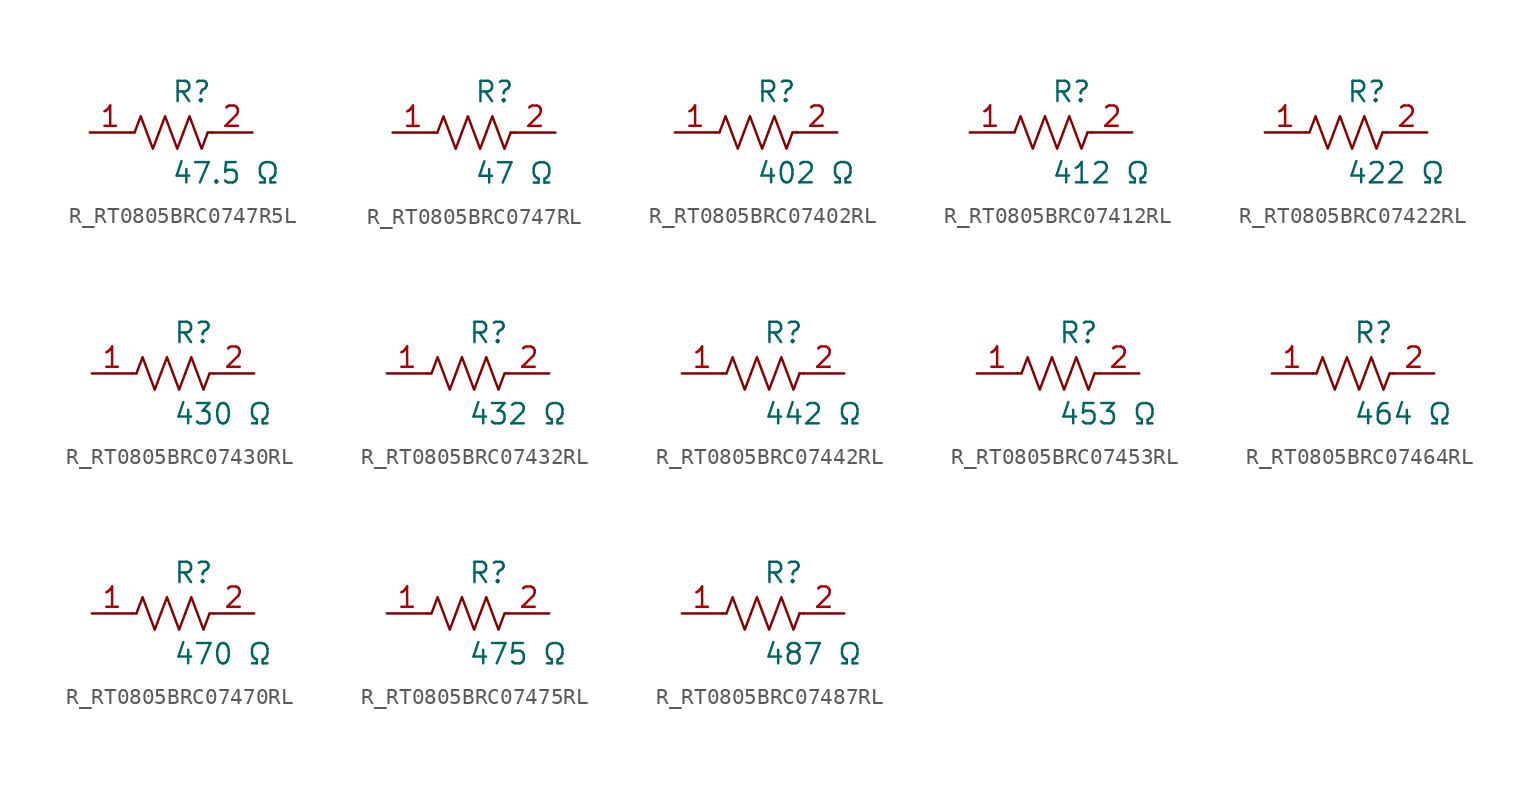
<source format=kicad_sym>
(kicad_symbol_lib
  (version 20231120)
  (generator kicad_symbol_editor)
  (generator_version 8.0)
  (symbol "R_RT0805BRC0747R5L"
    (pin_names
      (offset 0.254))
    (property "Reference" "R"
      (at 0.0 2.54 0)
      (effects (font (size 1.27 1.27)) (justify left)))
    (property "Value" "47.5 Ω"
      (at 0.0 -2.54 0)
      (effects (font (size 1.27 1.27)) (justify left)))
    (symbol "R_RT0805BRC0747R5L_0_1"
      (polyline (pts (xy 2.286 0) (xy 2.54 0)) (stroke (width 0) (type default)) (fill (type none)))
      (polyline (pts (xy -2.286 0) (xy -2.54 0)) (stroke (width 0) (type default)) (fill (type none)))
      (polyline (pts (xy 0.762 0) (xy 1.143 1.016) (xy 1.524 0) (xy 1.905 -1.016) (xy 2.286 0)) (stroke (width 0) (type default)) (fill (type none)))
      (polyline (pts (xy -0.762 0) (xy -0.381 1.016) (xy 0 0) (xy 0.381 -1.016) (xy 0.762 0)) (stroke (width 0) (type default)) (fill (type none)))
      (polyline (pts (xy -2.286 0) (xy -1.905 1.016) (xy -1.524 0) (xy -1.143 -1.016) (xy -0.762 0)) (stroke (width 0) (type default)) (fill (type none))))
    (pin unspecified line
      (at -5.08 0 0)
      (length 2.54)
      (name "" (effects (font (size 1.27 1.27))))
      (number "1" (effects (font (size 1.27 1.27)))))
    (pin unspecified line
      (at 5.08 0 180)
      (length 2.54)
      (name "" (effects (font (size 1.27 1.27))))
      (number "2" (effects (font (size 1.27 1.27))))))
  (symbol "R_RT0805BRC0747RL"
    (pin_names
      (offset 0.254))
    (property "Reference" "R"
      (at 0.0 2.54 0)
      (effects (font (size 1.27 1.27)) (justify left)))
    (property "Value" "47 Ω"
      (at 0.0 -2.54 0)
      (effects (font (size 1.27 1.27)) (justify left)))
    (symbol "R_RT0805BRC0747RL_0_1"
      (polyline (pts (xy 2.286 0) (xy 2.54 0)) (stroke (width 0) (type default)) (fill (type none)))
      (polyline (pts (xy -2.286 0) (xy -2.54 0)) (stroke (width 0) (type default)) (fill (type none)))
      (polyline (pts (xy 0.762 0) (xy 1.143 1.016) (xy 1.524 0) (xy 1.905 -1.016) (xy 2.286 0)) (stroke (width 0) (type default)) (fill (type none)))
      (polyline (pts (xy -0.762 0) (xy -0.381 1.016) (xy 0 0) (xy 0.381 -1.016) (xy 0.762 0)) (stroke (width 0) (type default)) (fill (type none)))
      (polyline (pts (xy -2.286 0) (xy -1.905 1.016) (xy -1.524 0) (xy -1.143 -1.016) (xy -0.762 0)) (stroke (width 0) (type default)) (fill (type none))))
    (pin unspecified line
      (at -5.08 0 0)
      (length 2.54)
      (name "" (effects (font (size 1.27 1.27))))
      (number "1" (effects (font (size 1.27 1.27)))))
    (pin unspecified line
      (at 5.08 0 180)
      (length 2.54)
      (name "" (effects (font (size 1.27 1.27))))
      (number "2" (effects (font (size 1.27 1.27))))))
  (symbol "R_RT0805BRC07402RL"
    (pin_names
      (offset 0.254))
    (property "Reference" "R"
      (at 0.0 2.54 0)
      (effects (font (size 1.27 1.27)) (justify left)))
    (property "Value" "402 Ω"
      (at 0.0 -2.54 0)
      (effects (font (size 1.27 1.27)) (justify left)))
    (symbol "R_RT0805BRC07402RL_0_1"
      (polyline (pts (xy 2.286 0) (xy 2.54 0)) (stroke (width 0) (type default)) (fill (type none)))
      (polyline (pts (xy -2.286 0) (xy -2.54 0)) (stroke (width 0) (type default)) (fill (type none)))
      (polyline (pts (xy 0.762 0) (xy 1.143 1.016) (xy 1.524 0) (xy 1.905 -1.016) (xy 2.286 0)) (stroke (width 0) (type default)) (fill (type none)))
      (polyline (pts (xy -0.762 0) (xy -0.381 1.016) (xy 0 0) (xy 0.381 -1.016) (xy 0.762 0)) (stroke (width 0) (type default)) (fill (type none)))
      (polyline (pts (xy -2.286 0) (xy -1.905 1.016) (xy -1.524 0) (xy -1.143 -1.016) (xy -0.762 0)) (stroke (width 0) (type default)) (fill (type none))))
    (pin unspecified line
      (at -5.08 0 0)
      (length 2.54)
      (name "" (effects (font (size 1.27 1.27))))
      (number "1" (effects (font (size 1.27 1.27)))))
    (pin unspecified line
      (at 5.08 0 180)
      (length 2.54)
      (name "" (effects (font (size 1.27 1.27))))
      (number "2" (effects (font (size 1.27 1.27))))))
  (symbol "R_RT0805BRC07412RL"
    (pin_names
      (offset 0.254))
    (property "Reference" "R"
      (at 0.0 2.54 0)
      (effects (font (size 1.27 1.27)) (justify left)))
    (property "Value" "412 Ω"
      (at 0.0 -2.54 0)
      (effects (font (size 1.27 1.27)) (justify left)))
    (symbol "R_RT0805BRC07412RL_0_1"
      (polyline (pts (xy 2.286 0) (xy 2.54 0)) (stroke (width 0) (type default)) (fill (type none)))
      (polyline (pts (xy -2.286 0) (xy -2.54 0)) (stroke (width 0) (type default)) (fill (type none)))
      (polyline (pts (xy 0.762 0) (xy 1.143 1.016) (xy 1.524 0) (xy 1.905 -1.016) (xy 2.286 0)) (stroke (width 0) (type default)) (fill (type none)))
      (polyline (pts (xy -0.762 0) (xy -0.381 1.016) (xy 0 0) (xy 0.381 -1.016) (xy 0.762 0)) (stroke (width 0) (type default)) (fill (type none)))
      (polyline (pts (xy -2.286 0) (xy -1.905 1.016) (xy -1.524 0) (xy -1.143 -1.016) (xy -0.762 0)) (stroke (width 0) (type default)) (fill (type none))))
    (pin unspecified line
      (at -5.08 0 0)
      (length 2.54)
      (name "" (effects (font (size 1.27 1.27))))
      (number "1" (effects (font (size 1.27 1.27)))))
    (pin unspecified line
      (at 5.08 0 180)
      (length 2.54)
      (name "" (effects (font (size 1.27 1.27))))
      (number "2" (effects (font (size 1.27 1.27))))))
  (symbol "R_RT0805BRC07422RL"
    (pin_names
      (offset 0.254))
    (property "Reference" "R"
      (at 0.0 2.54 0)
      (effects (font (size 1.27 1.27)) (justify left)))
    (property "Value" "422 Ω"
      (at 0.0 -2.54 0)
      (effects (font (size 1.27 1.27)) (justify left)))
    (symbol "R_RT0805BRC07422RL_0_1"
      (polyline (pts (xy 2.286 0) (xy 2.54 0)) (stroke (width 0) (type default)) (fill (type none)))
      (polyline (pts (xy -2.286 0) (xy -2.54 0)) (stroke (width 0) (type default)) (fill (type none)))
      (polyline (pts (xy 0.762 0) (xy 1.143 1.016) (xy 1.524 0) (xy 1.905 -1.016) (xy 2.286 0)) (stroke (width 0) (type default)) (fill (type none)))
      (polyline (pts (xy -0.762 0) (xy -0.381 1.016) (xy 0 0) (xy 0.381 -1.016) (xy 0.762 0)) (stroke (width 0) (type default)) (fill (type none)))
      (polyline (pts (xy -2.286 0) (xy -1.905 1.016) (xy -1.524 0) (xy -1.143 -1.016) (xy -0.762 0)) (stroke (width 0) (type default)) (fill (type none))))
    (pin unspecified line
      (at -5.08 0 0)
      (length 2.54)
      (name "" (effects (font (size 1.27 1.27))))
      (number "1" (effects (font (size 1.27 1.27)))))
    (pin unspecified line
      (at 5.08 0 180)
      (length 2.54)
      (name "" (effects (font (size 1.27 1.27))))
      (number "2" (effects (font (size 1.27 1.27))))))
  (symbol "R_RT0805BRC07430RL"
    (pin_names
      (offset 0.254))
    (property "Reference" "R"
      (at 0.0 2.54 0)
      (effects (font (size 1.27 1.27)) (justify left)))
    (property "Value" "430 Ω"
      (at 0.0 -2.54 0)
      (effects (font (size 1.27 1.27)) (justify left)))
    (symbol "R_RT0805BRC07430RL_0_1"
      (polyline (pts (xy 2.286 0) (xy 2.54 0)) (stroke (width 0) (type default)) (fill (type none)))
      (polyline (pts (xy -2.286 0) (xy -2.54 0)) (stroke (width 0) (type default)) (fill (type none)))
      (polyline (pts (xy 0.762 0) (xy 1.143 1.016) (xy 1.524 0) (xy 1.905 -1.016) (xy 2.286 0)) (stroke (width 0) (type default)) (fill (type none)))
      (polyline (pts (xy -0.762 0) (xy -0.381 1.016) (xy 0 0) (xy 0.381 -1.016) (xy 0.762 0)) (stroke (width 0) (type default)) (fill (type none)))
      (polyline (pts (xy -2.286 0) (xy -1.905 1.016) (xy -1.524 0) (xy -1.143 -1.016) (xy -0.762 0)) (stroke (width 0) (type default)) (fill (type none))))
    (pin unspecified line
      (at -5.08 0 0)
      (length 2.54)
      (name "" (effects (font (size 1.27 1.27))))
      (number "1" (effects (font (size 1.27 1.27)))))
    (pin unspecified line
      (at 5.08 0 180)
      (length 2.54)
      (name "" (effects (font (size 1.27 1.27))))
      (number "2" (effects (font (size 1.27 1.27))))))
  (symbol "R_RT0805BRC07432RL"
    (pin_names
      (offset 0.254))
    (property "Reference" "R"
      (at 0.0 2.54 0)
      (effects (font (size 1.27 1.27)) (justify left)))
    (property "Value" "432 Ω"
      (at 0.0 -2.54 0)
      (effects (font (size 1.27 1.27)) (justify left)))
    (symbol "R_RT0805BRC07432RL_0_1"
      (polyline (pts (xy 2.286 0) (xy 2.54 0)) (stroke (width 0) (type default)) (fill (type none)))
      (polyline (pts (xy -2.286 0) (xy -2.54 0)) (stroke (width 0) (type default)) (fill (type none)))
      (polyline (pts (xy 0.762 0) (xy 1.143 1.016) (xy 1.524 0) (xy 1.905 -1.016) (xy 2.286 0)) (stroke (width 0) (type default)) (fill (type none)))
      (polyline (pts (xy -0.762 0) (xy -0.381 1.016) (xy 0 0) (xy 0.381 -1.016) (xy 0.762 0)) (stroke (width 0) (type default)) (fill (type none)))
      (polyline (pts (xy -2.286 0) (xy -1.905 1.016) (xy -1.524 0) (xy -1.143 -1.016) (xy -0.762 0)) (stroke (width 0) (type default)) (fill (type none))))
    (pin unspecified line
      (at -5.08 0 0)
      (length 2.54)
      (name "" (effects (font (size 1.27 1.27))))
      (number "1" (effects (font (size 1.27 1.27)))))
    (pin unspecified line
      (at 5.08 0 180)
      (length 2.54)
      (name "" (effects (font (size 1.27 1.27))))
      (number "2" (effects (font (size 1.27 1.27))))))
  (symbol "R_RT0805BRC07442RL"
    (pin_names
      (offset 0.254))
    (property "Reference" "R"
      (at 0.0 2.54 0)
      (effects (font (size 1.27 1.27)) (justify left)))
    (property "Value" "442 Ω"
      (at 0.0 -2.54 0)
      (effects (font (size 1.27 1.27)) (justify left)))
    (symbol "R_RT0805BRC07442RL_0_1"
      (polyline (pts (xy 2.286 0) (xy 2.54 0)) (stroke (width 0) (type default)) (fill (type none)))
      (polyline (pts (xy -2.286 0) (xy -2.54 0)) (stroke (width 0) (type default)) (fill (type none)))
      (polyline (pts (xy 0.762 0) (xy 1.143 1.016) (xy 1.524 0) (xy 1.905 -1.016) (xy 2.286 0)) (stroke (width 0) (type default)) (fill (type none)))
      (polyline (pts (xy -0.762 0) (xy -0.381 1.016) (xy 0 0) (xy 0.381 -1.016) (xy 0.762 0)) (stroke (width 0) (type default)) (fill (type none)))
      (polyline (pts (xy -2.286 0) (xy -1.905 1.016) (xy -1.524 0) (xy -1.143 -1.016) (xy -0.762 0)) (stroke (width 0) (type default)) (fill (type none))))
    (pin unspecified line
      (at -5.08 0 0)
      (length 2.54)
      (name "" (effects (font (size 1.27 1.27))))
      (number "1" (effects (font (size 1.27 1.27)))))
    (pin unspecified line
      (at 5.08 0 180)
      (length 2.54)
      (name "" (effects (font (size 1.27 1.27))))
      (number "2" (effects (font (size 1.27 1.27))))))
  (symbol "R_RT0805BRC07453RL"
    (pin_names
      (offset 0.254))
    (property "Reference" "R"
      (at 0.0 2.54 0)
      (effects (font (size 1.27 1.27)) (justify left)))
    (property "Value" "453 Ω"
      (at 0.0 -2.54 0)
      (effects (font (size 1.27 1.27)) (justify left)))
    (symbol "R_RT0805BRC07453RL_0_1"
      (polyline (pts (xy 2.286 0) (xy 2.54 0)) (stroke (width 0) (type default)) (fill (type none)))
      (polyline (pts (xy -2.286 0) (xy -2.54 0)) (stroke (width 0) (type default)) (fill (type none)))
      (polyline (pts (xy 0.762 0) (xy 1.143 1.016) (xy 1.524 0) (xy 1.905 -1.016) (xy 2.286 0)) (stroke (width 0) (type default)) (fill (type none)))
      (polyline (pts (xy -0.762 0) (xy -0.381 1.016) (xy 0 0) (xy 0.381 -1.016) (xy 0.762 0)) (stroke (width 0) (type default)) (fill (type none)))
      (polyline (pts (xy -2.286 0) (xy -1.905 1.016) (xy -1.524 0) (xy -1.143 -1.016) (xy -0.762 0)) (stroke (width 0) (type default)) (fill (type none))))
    (pin unspecified line
      (at -5.08 0 0)
      (length 2.54)
      (name "" (effects (font (size 1.27 1.27))))
      (number "1" (effects (font (size 1.27 1.27)))))
    (pin unspecified line
      (at 5.08 0 180)
      (length 2.54)
      (name "" (effects (font (size 1.27 1.27))))
      (number "2" (effects (font (size 1.27 1.27))))))
  (symbol "R_RT0805BRC07464RL"
    (pin_names
      (offset 0.254))
    (property "Reference" "R"
      (at 0.0 2.54 0)
      (effects (font (size 1.27 1.27)) (justify left)))
    (property "Value" "464 Ω"
      (at 0.0 -2.54 0)
      (effects (font (size 1.27 1.27)) (justify left)))
    (symbol "R_RT0805BRC07464RL_0_1"
      (polyline (pts (xy 2.286 0) (xy 2.54 0)) (stroke (width 0) (type default)) (fill (type none)))
      (polyline (pts (xy -2.286 0) (xy -2.54 0)) (stroke (width 0) (type default)) (fill (type none)))
      (polyline (pts (xy 0.762 0) (xy 1.143 1.016) (xy 1.524 0) (xy 1.905 -1.016) (xy 2.286 0)) (stroke (width 0) (type default)) (fill (type none)))
      (polyline (pts (xy -0.762 0) (xy -0.381 1.016) (xy 0 0) (xy 0.381 -1.016) (xy 0.762 0)) (stroke (width 0) (type default)) (fill (type none)))
      (polyline (pts (xy -2.286 0) (xy -1.905 1.016) (xy -1.524 0) (xy -1.143 -1.016) (xy -0.762 0)) (stroke (width 0) (type default)) (fill (type none))))
    (pin unspecified line
      (at -5.08 0 0)
      (length 2.54)
      (name "" (effects (font (size 1.27 1.27))))
      (number "1" (effects (font (size 1.27 1.27)))))
    (pin unspecified line
      (at 5.08 0 180)
      (length 2.54)
      (name "" (effects (font (size 1.27 1.27))))
      (number "2" (effects (font (size 1.27 1.27))))))
  (symbol "R_RT0805BRC07470RL"
    (pin_names
      (offset 0.254))
    (property "Reference" "R"
      (at 0.0 2.54 0)
      (effects (font (size 1.27 1.27)) (justify left)))
    (property "Value" "470 Ω"
      (at 0.0 -2.54 0)
      (effects (font (size 1.27 1.27)) (justify left)))
    (symbol "R_RT0805BRC07470RL_0_1"
      (polyline (pts (xy 2.286 0) (xy 2.54 0)) (stroke (width 0) (type default)) (fill (type none)))
      (polyline (pts (xy -2.286 0) (xy -2.54 0)) (stroke (width 0) (type default)) (fill (type none)))
      (polyline (pts (xy 0.762 0) (xy 1.143 1.016) (xy 1.524 0) (xy 1.905 -1.016) (xy 2.286 0)) (stroke (width 0) (type default)) (fill (type none)))
      (polyline (pts (xy -0.762 0) (xy -0.381 1.016) (xy 0 0) (xy 0.381 -1.016) (xy 0.762 0)) (stroke (width 0) (type default)) (fill (type none)))
      (polyline (pts (xy -2.286 0) (xy -1.905 1.016) (xy -1.524 0) (xy -1.143 -1.016) (xy -0.762 0)) (stroke (width 0) (type default)) (fill (type none))))
    (pin unspecified line
      (at -5.08 0 0)
      (length 2.54)
      (name "" (effects (font (size 1.27 1.27))))
      (number "1" (effects (font (size 1.27 1.27)))))
    (pin unspecified line
      (at 5.08 0 180)
      (length 2.54)
      (name "" (effects (font (size 1.27 1.27))))
      (number "2" (effects (font (size 1.27 1.27))))))
  (symbol "R_RT0805BRC07475RL"
    (pin_names
      (offset 0.254))
    (property "Reference" "R"
      (at 0.0 2.54 0)
      (effects (font (size 1.27 1.27)) (justify left)))
    (property "Value" "475 Ω"
      (at 0.0 -2.54 0)
      (effects (font (size 1.27 1.27)) (justify left)))
    (symbol "R_RT0805BRC07475RL_0_1"
      (polyline (pts (xy 2.286 0) (xy 2.54 0)) (stroke (width 0) (type default)) (fill (type none)))
      (polyline (pts (xy -2.286 0) (xy -2.54 0)) (stroke (width 0) (type default)) (fill (type none)))
      (polyline (pts (xy 0.762 0) (xy 1.143 1.016) (xy 1.524 0) (xy 1.905 -1.016) (xy 2.286 0)) (stroke (width 0) (type default)) (fill (type none)))
      (polyline (pts (xy -0.762 0) (xy -0.381 1.016) (xy 0 0) (xy 0.381 -1.016) (xy 0.762 0)) (stroke (width 0) (type default)) (fill (type none)))
      (polyline (pts (xy -2.286 0) (xy -1.905 1.016) (xy -1.524 0) (xy -1.143 -1.016) (xy -0.762 0)) (stroke (width 0) (type default)) (fill (type none))))
    (pin unspecified line
      (at -5.08 0 0)
      (length 2.54)
      (name "" (effects (font (size 1.27 1.27))))
      (number "1" (effects (font (size 1.27 1.27)))))
    (pin unspecified line
      (at 5.08 0 180)
      (length 2.54)
      (name "" (effects (font (size 1.27 1.27))))
      (number "2" (effects (font (size 1.27 1.27))))))
  (symbol "R_RT0805BRC07487RL"
    (pin_names
      (offset 0.254))
    (property "Reference" "R"
      (at 0.0 2.54 0)
      (effects (font (size 1.27 1.27)) (justify left)))
    (property "Value" "487 Ω"
      (at 0.0 -2.54 0)
      (effects (font (size 1.27 1.27)) (justify left)))
    (symbol "R_RT0805BRC07487RL_0_1"
      (polyline (pts (xy 2.286 0) (xy 2.54 0)) (stroke (width 0) (type default)) (fill (type none)))
      (polyline (pts (xy -2.286 0) (xy -2.54 0)) (stroke (width 0) (type default)) (fill (type none)))
      (polyline (pts (xy 0.762 0) (xy 1.143 1.016) (xy 1.524 0) (xy 1.905 -1.016) (xy 2.286 0)) (stroke (width 0) (type default)) (fill (type none)))
      (polyline (pts (xy -0.762 0) (xy -0.381 1.016) (xy 0 0) (xy 0.381 -1.016) (xy 0.762 0)) (stroke (width 0) (type default)) (fill (type none)))
      (polyline (pts (xy -2.286 0) (xy -1.905 1.016) (xy -1.524 0) (xy -1.143 -1.016) (xy -0.762 0)) (stroke (width 0) (type default)) (fill (type none))))
    (pin unspecified line
      (at -5.08 0 0)
      (length 2.54)
      (name "" (effects (font (size 1.27 1.27))))
      (number "1" (effects (font (size 1.27 1.27)))))
    (pin unspecified line
      (at 5.08 0 180)
      (length 2.54)
      (name "" (effects (font (size 1.27 1.27))))
      (number "2" (effects (font (size 1.27 1.27)))))))
</source>
